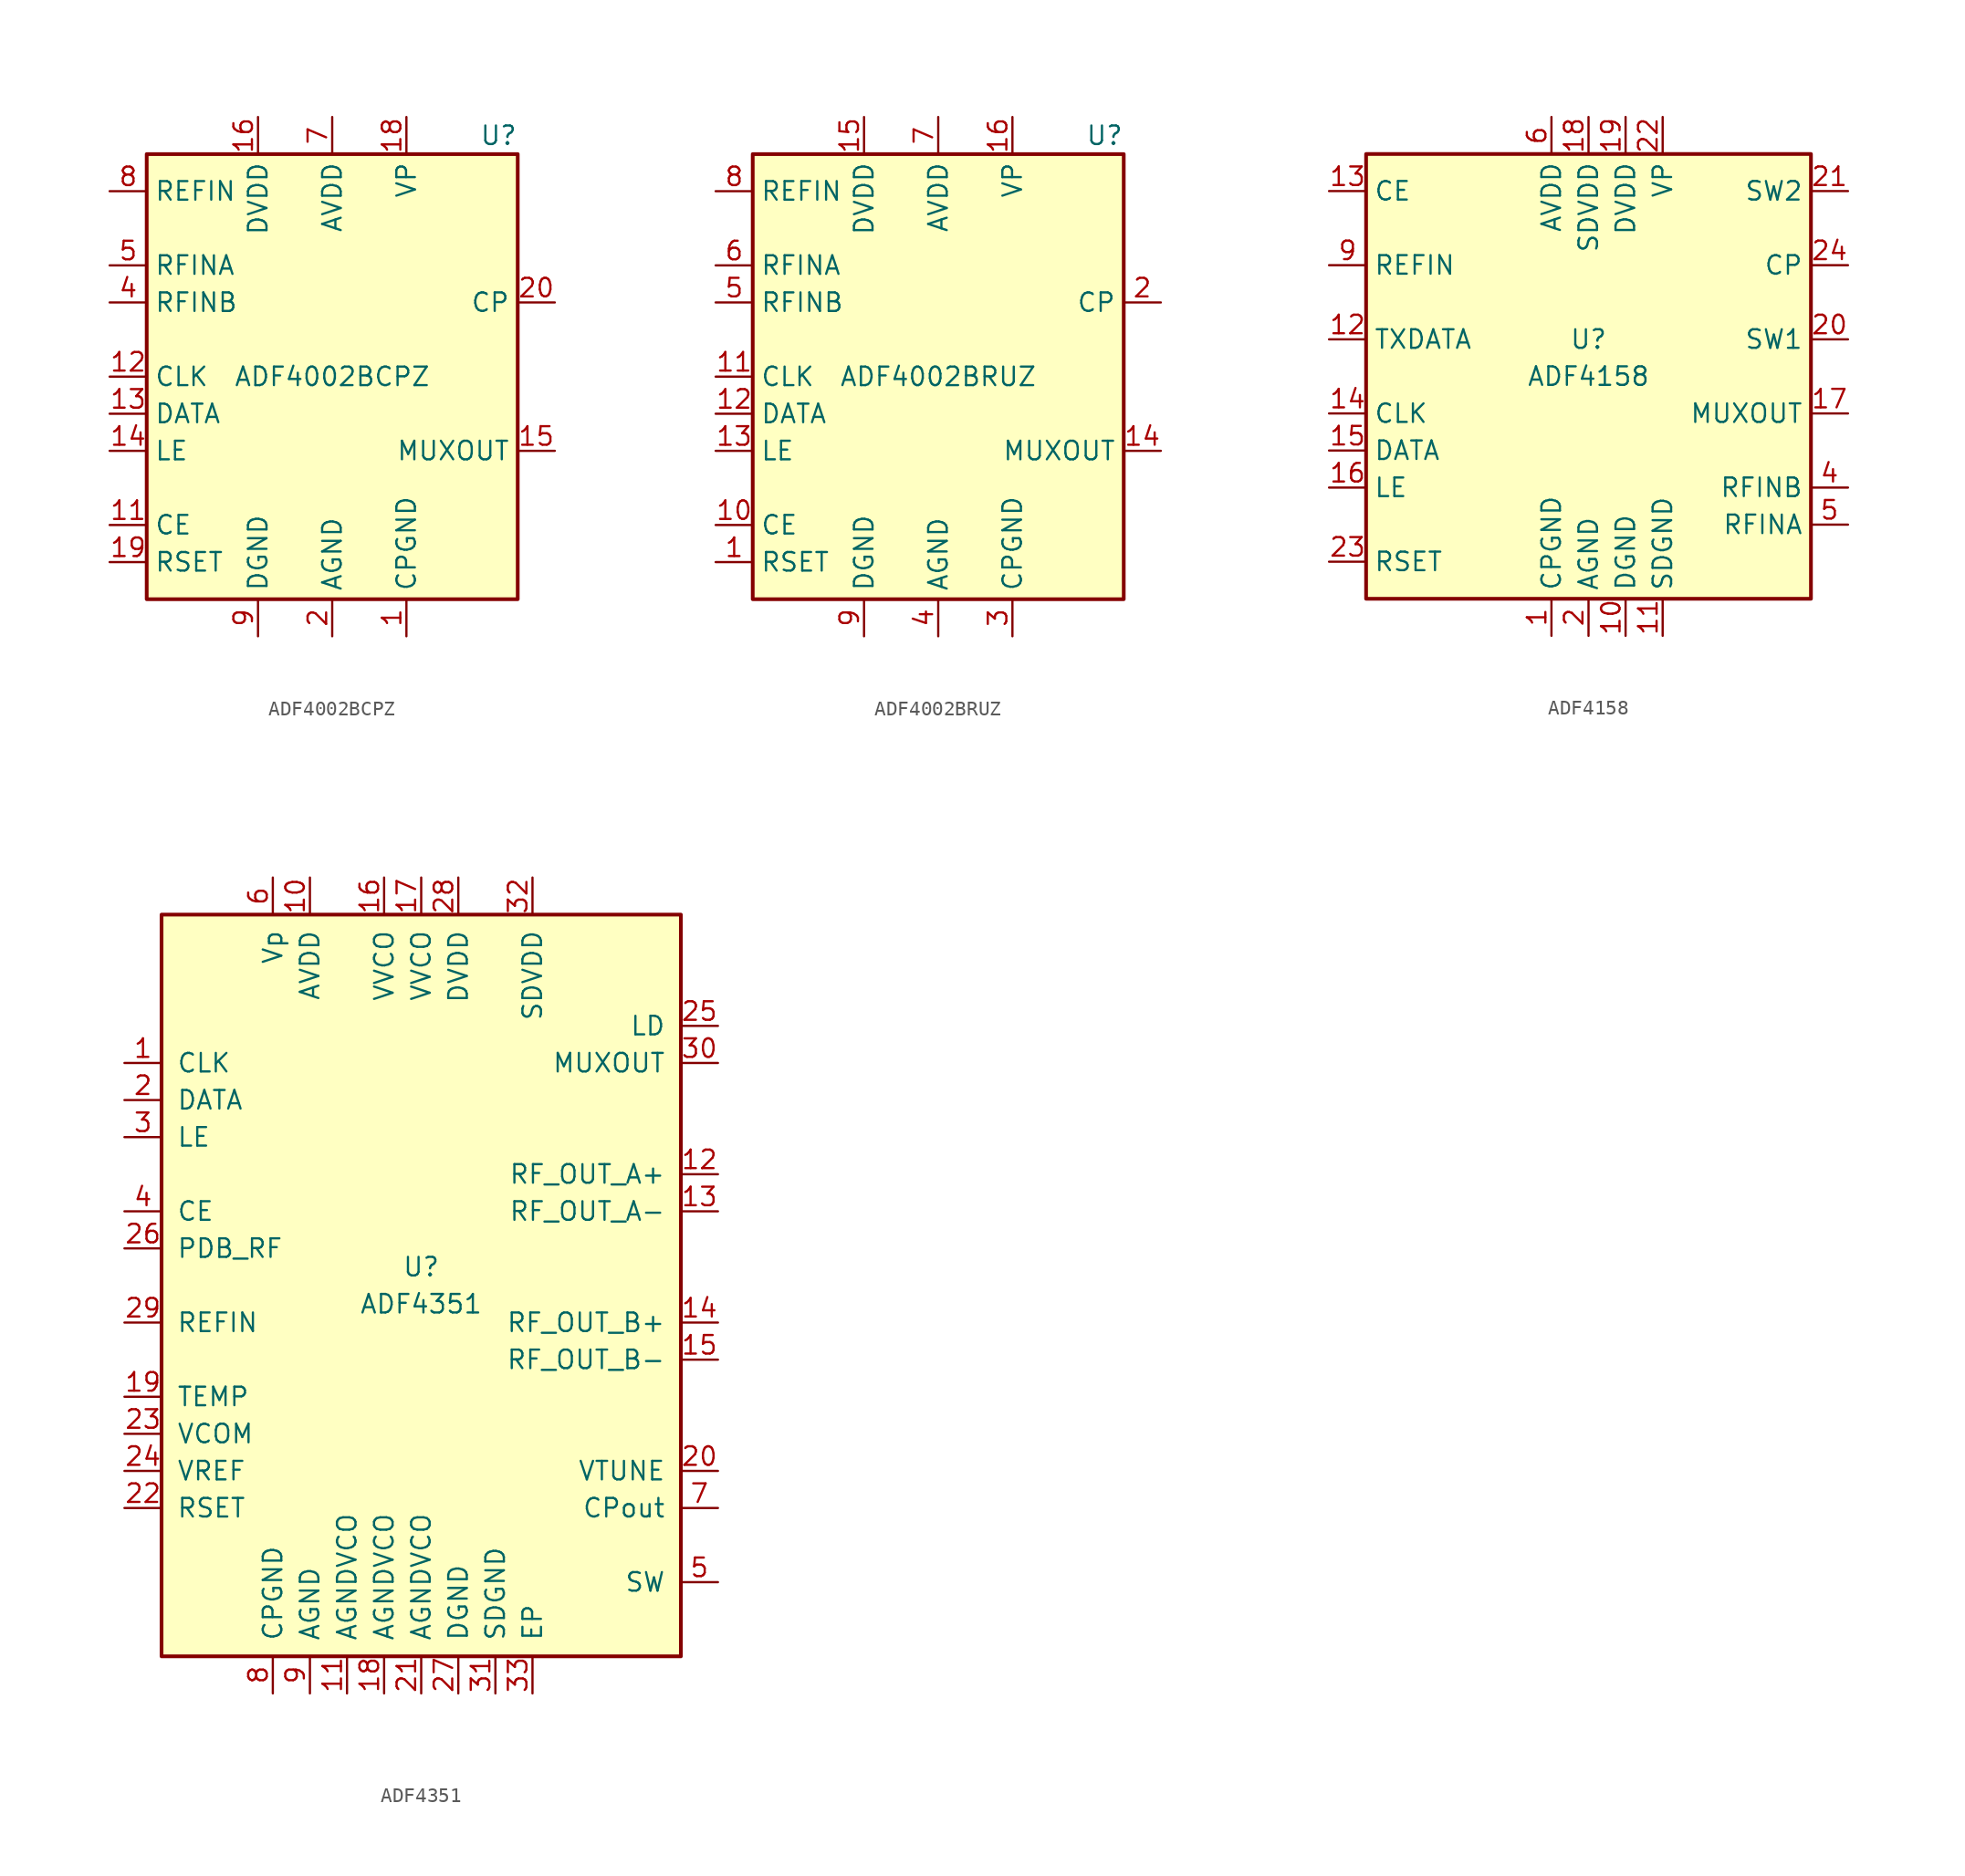
<source format=kicad_sym>
(kicad_symbol_lib
  (version 20241209)
  (generator "kicad_symbol_editor")
  (generator_version "9.0")
  (symbol "ADF4002BCPZ"
    (property "Reference" "U"
      (at 12.7 16.51 0)
      (effects (font (size 1.27 1.27)) (justify right)))
    (property "Value" "ADF4002BCPZ"
      (at 0 0 0)
      (effects (font (size 1.27 1.27))))
    (symbol "ADF4002BCPZ_0_1"
      (rectangle (start -12.7 15.24) (end 12.7 -15.24) (stroke (width 0.254) (type default)) (fill (type background))))
    (symbol "ADF4002BCPZ_1_1"
      (pin input line (at -15.24 12.7 0) (length 2.54) (name "REFIN" (effects (font (size 1.27 1.27)))) (number "8" (effects (font (size 1.27 1.27)))))
      (pin input line (at -15.24 7.62 0) (length 2.54) (name "RFINA" (effects (font (size 1.27 1.27)))) (number "5" (effects (font (size 1.27 1.27)))))
      (pin input line (at -15.24 5.08 0) (length 2.54) (name "RFINB" (effects (font (size 1.27 1.27)))) (number "4" (effects (font (size 1.27 1.27)))))
      (pin input line (at -15.24 0 0) (length 2.54) (name "CLK" (effects (font (size 1.27 1.27)))) (number "12" (effects (font (size 1.27 1.27)))))
      (pin input line (at -15.24 -2.54 0) (length 2.54) (name "DATA" (effects (font (size 1.27 1.27)))) (number "13" (effects (font (size 1.27 1.27)))))
      (pin input line (at -15.24 -5.08 0) (length 2.54) (name "LE" (effects (font (size 1.27 1.27)))) (number "14" (effects (font (size 1.27 1.27)))))
      (pin input line (at -15.24 -10.16 0) (length 2.54) (name "CE" (effects (font (size 1.27 1.27)))) (number "11" (effects (font (size 1.27 1.27)))))
      (pin input line (at -15.24 -12.7 0) (length 2.54) (name "RSET" (effects (font (size 1.27 1.27)))) (number "19" (effects (font (size 1.27 1.27)))))
      (pin power_in line (at -5.08 17.78 270) (length 2.54) (name "DVDD" (effects (font (size 1.27 1.27)))) (number "16" (effects (font (size 1.27 1.27)))))
      (pin passive line (at -5.08 17.78 270) (length 2.54) (hide yes) (name "DVDD" (effects (font (size 1.27 1.27)))) (number "17" (effects (font (size 1.27 1.27)))))
      (pin passive line (at -5.08 -17.78 90) (length 2.54) (hide yes) (name "DGND" (effects (font (size 1.27 1.27)))) (number "10" (effects (font (size 1.27 1.27)))))
      (pin power_in line (at -5.08 -17.78 90) (length 2.54) (name "DGND" (effects (font (size 1.27 1.27)))) (number "9" (effects (font (size 1.27 1.27)))))
      (pin passive line (at 0 17.78 270) (length 2.54) (hide yes) (name "AVDD" (effects (font (size 1.27 1.27)))) (number "6" (effects (font (size 1.27 1.27)))))
      (pin power_in line (at 0 17.78 270) (length 2.54) (name "AVDD" (effects (font (size 1.27 1.27)))) (number "7" (effects (font (size 1.27 1.27)))))
      (pin power_in line (at 0 -17.78 90) (length 2.54) (name "AGND" (effects (font (size 1.27 1.27)))) (number "2" (effects (font (size 1.27 1.27)))))
      (pin passive line (at 0 -17.78 90) (length 2.54) (hide yes) (name "AGND" (effects (font (size 1.27 1.27)))) (number "21" (effects (font (size 1.27 1.27)))))
      (pin passive line (at 0 -17.78 90) (length 2.54) (hide yes) (name "AGND" (effects (font (size 1.27 1.27)))) (number "3" (effects (font (size 1.27 1.27)))))
      (pin power_in line (at 5.08 17.78 270) (length 2.54) (name "VP" (effects (font (size 1.27 1.27)))) (number "18" (effects (font (size 1.27 1.27)))))
      (pin power_in line (at 5.08 -17.78 90) (length 2.54) (name "CPGND" (effects (font (size 1.27 1.27)))) (number "1" (effects (font (size 1.27 1.27)))))
      (pin output line (at 15.24 5.08 180) (length 2.54) (name "CP" (effects (font (size 1.27 1.27)))) (number "20" (effects (font (size 1.27 1.27)))))
      (pin output line (at 15.24 -5.08 180) (length 2.54) (name "MUXOUT" (effects (font (size 1.27 1.27)))) (number "15" (effects (font (size 1.27 1.27)))))))
  (symbol "ADF4002BRUZ"
    (property "Reference" "U"
      (at 12.7 16.51 0)
      (effects (font (size 1.27 1.27)) (justify right)))
    (property "Value" "ADF4002BRUZ"
      (at 0 0 0)
      (effects (font (size 1.27 1.27))))
    (symbol "ADF4002BRUZ_0_1"
      (rectangle (start -12.7 15.24) (end 12.7 -15.24) (stroke (width 0.254) (type default)) (fill (type background))))
    (symbol "ADF4002BRUZ_1_1"
      (pin input line (at -15.24 12.7 0) (length 2.54) (name "REFIN" (effects (font (size 1.27 1.27)))) (number "8" (effects (font (size 1.27 1.27)))))
      (pin input line (at -15.24 7.62 0) (length 2.54) (name "RFINA" (effects (font (size 1.27 1.27)))) (number "6" (effects (font (size 1.27 1.27)))))
      (pin input line (at -15.24 5.08 0) (length 2.54) (name "RFINB" (effects (font (size 1.27 1.27)))) (number "5" (effects (font (size 1.27 1.27)))))
      (pin input line (at -15.24 0 0) (length 2.54) (name "CLK" (effects (font (size 1.27 1.27)))) (number "11" (effects (font (size 1.27 1.27)))))
      (pin input line (at -15.24 -2.54 0) (length 2.54) (name "DATA" (effects (font (size 1.27 1.27)))) (number "12" (effects (font (size 1.27 1.27)))))
      (pin input line (at -15.24 -5.08 0) (length 2.54) (name "LE" (effects (font (size 1.27 1.27)))) (number "13" (effects (font (size 1.27 1.27)))))
      (pin input line (at -15.24 -10.16 0) (length 2.54) (name "CE" (effects (font (size 1.27 1.27)))) (number "10" (effects (font (size 1.27 1.27)))))
      (pin input line (at -15.24 -12.7 0) (length 2.54) (name "RSET" (effects (font (size 1.27 1.27)))) (number "1" (effects (font (size 1.27 1.27)))))
      (pin power_in line (at -5.08 17.78 270) (length 2.54) (name "DVDD" (effects (font (size 1.27 1.27)))) (number "15" (effects (font (size 1.27 1.27)))))
      (pin power_in line (at -5.08 -17.78 90) (length 2.54) (name "DGND" (effects (font (size 1.27 1.27)))) (number "9" (effects (font (size 1.27 1.27)))))
      (pin power_in line (at 0 17.78 270) (length 2.54) (name "AVDD" (effects (font (size 1.27 1.27)))) (number "7" (effects (font (size 1.27 1.27)))))
      (pin power_in line (at 0 -17.78 90) (length 2.54) (name "AGND" (effects (font (size 1.27 1.27)))) (number "4" (effects (font (size 1.27 1.27)))))
      (pin power_in line (at 5.08 17.78 270) (length 2.54) (name "VP" (effects (font (size 1.27 1.27)))) (number "16" (effects (font (size 1.27 1.27)))))
      (pin power_in line (at 5.08 -17.78 90) (length 2.54) (name "CPGND" (effects (font (size 1.27 1.27)))) (number "3" (effects (font (size 1.27 1.27)))))
      (pin output line (at 15.24 5.08 180) (length 2.54) (name "CP" (effects (font (size 1.27 1.27)))) (number "2" (effects (font (size 1.27 1.27)))))
      (pin output line (at 15.24 -5.08 180) (length 2.54) (name "MUXOUT" (effects (font (size 1.27 1.27)))) (number "14" (effects (font (size 1.27 1.27)))))))
  (symbol "ADF4158"
    (property "Reference" "U"
      (at 0 2.54 0)
      (effects (font (size 1.27 1.27))))
    (property "Value" "ADF4158"
      (at 0 0 0)
      (effects (font (size 1.27 1.27))))
    (symbol "ADF4158_0_1"
      (rectangle (start -15.24 15.24) (end 15.24 -15.24) (stroke (width 0.254) (type default)) (fill (type background))))
    (symbol "ADF4158_1_1"
      (pin input line (at -17.78 12.7 0) (length 2.54) (name "CE" (effects (font (size 1.27 1.27)))) (number "13" (effects (font (size 1.27 1.27)))))
      (pin input line (at -17.78 7.62 0) (length 2.54) (name "REFIN" (effects (font (size 1.27 1.27)))) (number "9" (effects (font (size 1.27 1.27)))))
      (pin input line (at -17.78 2.54 0) (length 2.54) (name "TXDATA" (effects (font (size 1.27 1.27)))) (number "12" (effects (font (size 1.27 1.27)))))
      (pin input line (at -17.78 -2.54 0) (length 2.54) (name "CLK" (effects (font (size 1.27 1.27)))) (number "14" (effects (font (size 1.27 1.27)))))
      (pin input line (at -17.78 -5.08 0) (length 2.54) (name "DATA" (effects (font (size 1.27 1.27)))) (number "15" (effects (font (size 1.27 1.27)))))
      (pin input line (at -17.78 -7.62 0) (length 2.54) (name "LE" (effects (font (size 1.27 1.27)))) (number "16" (effects (font (size 1.27 1.27)))))
      (pin passive line (at -17.78 -12.7 0) (length 2.54) (name "RSET" (effects (font (size 1.27 1.27)))) (number "23" (effects (font (size 1.27 1.27)))))
      (pin power_in line (at -2.54 17.78 270) (length 2.54) (name "AVDD" (effects (font (size 1.27 1.27)))) (number "6" (effects (font (size 1.27 1.27)))))
      (pin passive line (at -2.54 17.78 270) (length 2.54) (hide yes) (name "AVDD" (effects (font (size 1.27 1.27)))) (number "7" (effects (font (size 1.27 1.27)))))
      (pin passive line (at -2.54 17.78 270) (length 2.54) (hide yes) (name "AVDD" (effects (font (size 1.27 1.27)))) (number "8" (effects (font (size 1.27 1.27)))))
      (pin power_in line (at -2.54 -17.78 90) (length 2.54) (name "CPGND" (effects (font (size 1.27 1.27)))) (number "1" (effects (font (size 1.27 1.27)))))
      (pin power_in line (at 0 17.78 270) (length 2.54) (name "SDVDD" (effects (font (size 1.27 1.27)))) (number "18" (effects (font (size 1.27 1.27)))))
      (pin power_in line (at 0 -17.78 90) (length 2.54) (name "AGND" (effects (font (size 1.27 1.27)))) (number "2" (effects (font (size 1.27 1.27)))))
      (pin passive line (at 0 -17.78 90) (length 2.54) (hide yes) (name "AGND" (effects (font (size 1.27 1.27)))) (number "25" (effects (font (size 1.27 1.27)))))
      (pin passive line (at 0 -17.78 90) (length 2.54) (hide yes) (name "AGND" (effects (font (size 1.27 1.27)))) (number "3" (effects (font (size 1.27 1.27)))))
      (pin power_in line (at 2.54 17.78 270) (length 2.54) (name "DVDD" (effects (font (size 1.27 1.27)))) (number "19" (effects (font (size 1.27 1.27)))))
      (pin power_in line (at 2.54 -17.78 90) (length 2.54) (name "DGND" (effects (font (size 1.27 1.27)))) (number "10" (effects (font (size 1.27 1.27)))))
      (pin power_in line (at 5.08 17.78 270) (length 2.54) (name "VP" (effects (font (size 1.27 1.27)))) (number "22" (effects (font (size 1.27 1.27)))))
      (pin power_in line (at 5.08 -17.78 90) (length 2.54) (name "SDGND" (effects (font (size 1.27 1.27)))) (number "11" (effects (font (size 1.27 1.27)))))
      (pin passive line (at 17.78 12.7 180) (length 2.54) (name "SW2" (effects (font (size 1.27 1.27)))) (number "21" (effects (font (size 1.27 1.27)))))
      (pin output line (at 17.78 7.62 180) (length 2.54) (name "CP" (effects (font (size 1.27 1.27)))) (number "24" (effects (font (size 1.27 1.27)))))
      (pin passive line (at 17.78 2.54 180) (length 2.54) (name "SW1" (effects (font (size 1.27 1.27)))) (number "20" (effects (font (size 1.27 1.27)))))
      (pin output line (at 17.78 -2.54 180) (length 2.54) (name "MUXOUT" (effects (font (size 1.27 1.27)))) (number "17" (effects (font (size 1.27 1.27)))))
      (pin input line (at 17.78 -7.62 180) (length 2.54) (name "RFINB" (effects (font (size 1.27 1.27)))) (number "4" (effects (font (size 1.27 1.27)))))
      (pin input line (at 17.78 -10.16 180) (length 2.54) (name "RFINA" (effects (font (size 1.27 1.27)))) (number "5" (effects (font (size 1.27 1.27)))))))
  (symbol "ADF4351"
    (pin_names
      (offset 1.016))
    (property "Reference" "U"
      (at 0 1.27 0)
      (effects (font (size 1.27 1.27))))
    (property "Value" "ADF4351"
      (at 0 -1.27 0)
      (effects (font (size 1.27 1.27))))
    (symbol "ADF4351_0_1"
      (rectangle (start 17.78 25.4) (end -17.78 -25.4) (stroke (width 0.254) (type default)) (fill (type background))))
    (symbol "ADF4351_1_1"
      (pin input line (at -20.32 15.24 0) (length 2.54) (name "CLK" (effects (font (size 1.27 1.27)))) (number "1" (effects (font (size 1.27 1.27)))))
      (pin input line (at -20.32 12.7 0) (length 2.54) (name "DATA" (effects (font (size 1.27 1.27)))) (number "2" (effects (font (size 1.27 1.27)))))
      (pin input line (at -20.32 10.16 0) (length 2.54) (name "LE" (effects (font (size 1.27 1.27)))) (number "3" (effects (font (size 1.27 1.27)))))
      (pin input line (at -20.32 5.08 0) (length 2.54) (name "CE" (effects (font (size 1.27 1.27)))) (number "4" (effects (font (size 1.27 1.27)))))
      (pin input line (at -20.32 2.54 0) (length 2.54) (name "PDB_RF" (effects (font (size 1.27 1.27)))) (number "26" (effects (font (size 1.27 1.27)))))
      (pin input line (at -20.32 -2.54 0) (length 2.54) (name "REFIN" (effects (font (size 1.27 1.27)))) (number "29" (effects (font (size 1.27 1.27)))))
      (pin input line (at -20.32 -7.62 0) (length 2.54) (name "TEMP" (effects (font (size 1.27 1.27)))) (number "19" (effects (font (size 1.27 1.27)))))
      (pin input line (at -20.32 -10.16 0) (length 2.54) (name "VCOM" (effects (font (size 1.27 1.27)))) (number "23" (effects (font (size 1.27 1.27)))))
      (pin input line (at -20.32 -12.7 0) (length 2.54) (name "VREF" (effects (font (size 1.27 1.27)))) (number "24" (effects (font (size 1.27 1.27)))))
      (pin input line (at -20.32 -15.24 0) (length 2.54) (name "RSET" (effects (font (size 1.27 1.27)))) (number "22" (effects (font (size 1.27 1.27)))))
      (pin power_in line (at -10.16 27.94 270) (length 2.54) (name "Vp" (effects (font (size 1.27 1.27)))) (number "6" (effects (font (size 1.27 1.27)))))
      (pin power_in line (at -10.16 -27.94 90) (length 2.54) (name "CPGND" (effects (font (size 1.27 1.27)))) (number "8" (effects (font (size 1.27 1.27)))))
      (pin power_in line (at -7.62 27.94 270) (length 2.54) (name "AVDD" (effects (font (size 1.27 1.27)))) (number "10" (effects (font (size 1.27 1.27)))))
      (pin power_in line (at -7.62 -27.94 90) (length 2.54) (name "AGND" (effects (font (size 1.27 1.27)))) (number "9" (effects (font (size 1.27 1.27)))))
      (pin power_in line (at -5.08 -27.94 90) (length 2.54) (name "AGNDVCO" (effects (font (size 1.27 1.27)))) (number "11" (effects (font (size 1.27 1.27)))))
      (pin power_in line (at -2.54 27.94 270) (length 2.54) (name "VVCO" (effects (font (size 1.27 1.27)))) (number "16" (effects (font (size 1.27 1.27)))))
      (pin power_in line (at -2.54 -27.94 90) (length 2.54) (name "AGNDVCO" (effects (font (size 1.27 1.27)))) (number "18" (effects (font (size 1.27 1.27)))))
      (pin power_in line (at 0 27.94 270) (length 2.54) (name "VVCO" (effects (font (size 1.27 1.27)))) (number "17" (effects (font (size 1.27 1.27)))))
      (pin power_in line (at 0 -27.94 90) (length 2.54) (name "AGNDVCO" (effects (font (size 1.27 1.27)))) (number "21" (effects (font (size 1.27 1.27)))))
      (pin power_in line (at 2.54 27.94 270) (length 2.54) (name "DVDD" (effects (font (size 1.27 1.27)))) (number "28" (effects (font (size 1.27 1.27)))))
      (pin power_in line (at 2.54 -27.94 90) (length 2.54) (name "DGND" (effects (font (size 1.27 1.27)))) (number "27" (effects (font (size 1.27 1.27)))))
      (pin power_in line (at 5.08 -27.94 90) (length 2.54) (name "SDGND" (effects (font (size 1.27 1.27)))) (number "31" (effects (font (size 1.27 1.27)))))
      (pin power_in line (at 7.62 27.94 270) (length 2.54) (name "SDVDD" (effects (font (size 1.27 1.27)))) (number "32" (effects (font (size 1.27 1.27)))))
      (pin power_in line (at 7.62 -27.94 90) (length 2.54) (name "EP" (effects (font (size 1.27 1.27)))) (number "33" (effects (font (size 1.27 1.27)))))
      (pin input line (at 20.32 17.78 180) (length 2.54) (name "LD" (effects (font (size 1.27 1.27)))) (number "25" (effects (font (size 1.27 1.27)))))
      (pin output line (at 20.32 15.24 180) (length 2.54) (name "MUXOUT" (effects (font (size 1.27 1.27)))) (number "30" (effects (font (size 1.27 1.27)))))
      (pin output line (at 20.32 7.62 180) (length 2.54) (name "RF_OUT_A+" (effects (font (size 1.27 1.27)))) (number "12" (effects (font (size 1.27 1.27)))))
      (pin output line (at 20.32 5.08 180) (length 2.54) (name "RF_OUT_A-" (effects (font (size 1.27 1.27)))) (number "13" (effects (font (size 1.27 1.27)))))
      (pin output line (at 20.32 -2.54 180) (length 2.54) (name "RF_OUT_B+" (effects (font (size 1.27 1.27)))) (number "14" (effects (font (size 1.27 1.27)))))
      (pin output line (at 20.32 -5.08 180) (length 2.54) (name "RF_OUT_B-" (effects (font (size 1.27 1.27)))) (number "15" (effects (font (size 1.27 1.27)))))
      (pin input line (at 20.32 -12.7 180) (length 2.54) (name "VTUNE" (effects (font (size 1.27 1.27)))) (number "20" (effects (font (size 1.27 1.27)))))
      (pin input line (at 20.32 -15.24 180) (length 2.54) (name "CPout" (effects (font (size 1.27 1.27)))) (number "7" (effects (font (size 1.27 1.27)))))
      (pin input line (at 20.32 -20.32 180) (length 2.54) (name "SW" (effects (font (size 1.27 1.27)))) (number "5" (effects (font (size 1.27 1.27))))))))
</source>
